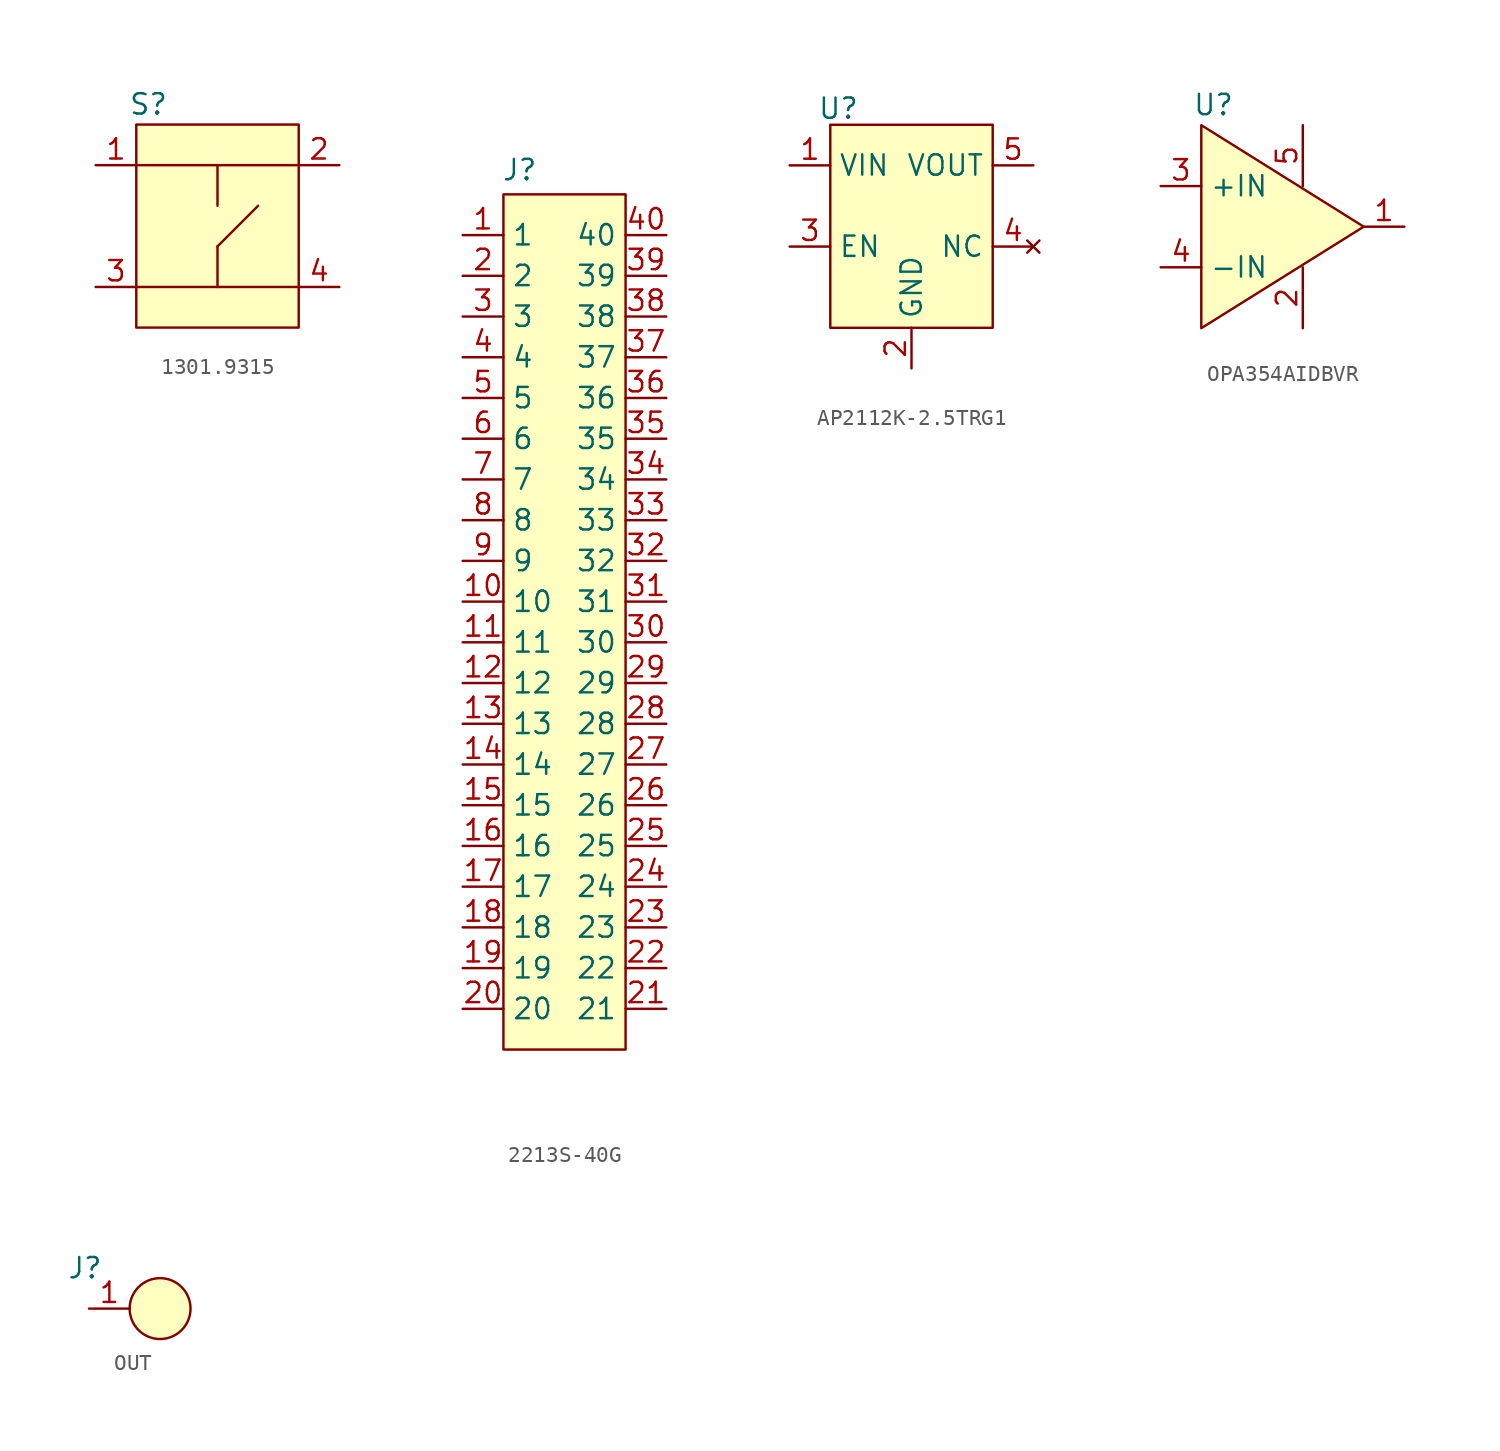
<source format=kicad_sym>
(kicad_symbol_lib
  (version 20231120)
  (generator "kicad_symbol_editor")
  (generator_version "8.0")
  (symbol "1301.9315"
    (property "Reference" "S"
      (at 3.302 3.81 0)
      (effects (font (size 1.27 1.27))))
    (property "Value" ""
      (at 0 0 0)
      (effects (font (size 1.27 1.27))))
    (symbol "1301.9315_0_1"
      (polyline (pts (xy 2.54 -7.62) (xy 12.7 -7.62)) (stroke (width 0) (type default)) (fill (type none)))
      (polyline (pts (xy 2.54 0) (xy 12.7 0)) (stroke (width 0) (type default)) (fill (type none)))
      (polyline (pts (xy 7.62 -5.08) (xy 7.62 -7.62)) (stroke (width 0) (type default)) (fill (type none)))
      (polyline (pts (xy 7.62 -5.08) (xy 10.16 -2.54)) (stroke (width 0) (type default)) (fill (type none)))
      (polyline (pts (xy 7.62 0) (xy 7.62 -2.54)) (stroke (width 0) (type default)) (fill (type none))))
    (symbol "1301.9315_1_1"
      (rectangle (start 2.54 2.54) (end 12.7 -10.16) (stroke (width 0) (type default)) (fill (type background)))
      (pin passive line (at 0 0 0) (length 2.54) (name "" (effects (font (size 1.27 1.27)))) (number "1" (effects (font (size 1.27 1.27)))))
      (pin passive line (at 15.24 0 180) (length 2.54) (name "" (effects (font (size 1.27 1.27)))) (number "2" (effects (font (size 1.27 1.27)))))
      (pin passive line (at 0 -7.62 0) (length 2.54) (name "" (effects (font (size 1.27 1.27)))) (number "3" (effects (font (size 1.27 1.27)))))
      (pin passive line (at 15.24 -7.62 180) (length 2.54) (name "" (effects (font (size 1.27 1.27)))) (number "4" (effects (font (size 1.27 1.27)))))))
  (symbol "2213S-40G"
    (property "Reference" "J"
      (at 3.556 4.064 0)
      (effects (font (size 1.27 1.27))))
    (property "Value" ""
      (at 0 0 0)
      (effects (font (size 1.27 1.27))))
    (symbol "2213S-40G_1_1"
      (rectangle (start 2.54 2.54) (end 10.16 -50.8) (stroke (width 0) (type default)) (fill (type background)))
      (pin passive line (at 0 0 0) (length 2.54) (name "1" (effects (font (size 1.27 1.27)))) (number "1" (effects (font (size 1.27 1.27)))))
      (pin passive line (at 0 -22.86 0) (length 2.54) (name "10" (effects (font (size 1.27 1.27)))) (number "10" (effects (font (size 1.27 1.27)))))
      (pin passive line (at 0 -25.4 0) (length 2.54) (name "11" (effects (font (size 1.27 1.27)))) (number "11" (effects (font (size 1.27 1.27)))))
      (pin passive line (at 0 -27.94 0) (length 2.54) (name "12" (effects (font (size 1.27 1.27)))) (number "12" (effects (font (size 1.27 1.27)))))
      (pin passive line (at 0 -30.48 0) (length 2.54) (name "13" (effects (font (size 1.27 1.27)))) (number "13" (effects (font (size 1.27 1.27)))))
      (pin passive line (at 0 -33.02 0) (length 2.54) (name "14" (effects (font (size 1.27 1.27)))) (number "14" (effects (font (size 1.27 1.27)))))
      (pin passive line (at 0 -35.56 0) (length 2.54) (name "15" (effects (font (size 1.27 1.27)))) (number "15" (effects (font (size 1.27 1.27)))))
      (pin passive line (at 0 -38.1 0) (length 2.54) (name "16" (effects (font (size 1.27 1.27)))) (number "16" (effects (font (size 1.27 1.27)))))
      (pin passive line (at 0 -40.64 0) (length 2.54) (name "17" (effects (font (size 1.27 1.27)))) (number "17" (effects (font (size 1.27 1.27)))))
      (pin passive line (at 0 -43.18 0) (length 2.54) (name "18" (effects (font (size 1.27 1.27)))) (number "18" (effects (font (size 1.27 1.27)))))
      (pin passive line (at 0 -45.72 0) (length 2.54) (name "19" (effects (font (size 1.27 1.27)))) (number "19" (effects (font (size 1.27 1.27)))))
      (pin passive line (at 0 -2.54 0) (length 2.54) (name "2" (effects (font (size 1.27 1.27)))) (number "2" (effects (font (size 1.27 1.27)))))
      (pin passive line (at 0 -48.26 0) (length 2.54) (name "20" (effects (font (size 1.27 1.27)))) (number "20" (effects (font (size 1.27 1.27)))))
      (pin passive line (at 12.7 -48.26 180) (length 2.54) (name "21" (effects (font (size 1.27 1.27)))) (number "21" (effects (font (size 1.27 1.27)))))
      (pin passive line (at 12.7 -45.72 180) (length 2.54) (name "22" (effects (font (size 1.27 1.27)))) (number "22" (effects (font (size 1.27 1.27)))))
      (pin passive line (at 12.7 -43.18 180) (length 2.54) (name "23" (effects (font (size 1.27 1.27)))) (number "23" (effects (font (size 1.27 1.27)))))
      (pin passive line (at 12.7 -40.64 180) (length 2.54) (name "24" (effects (font (size 1.27 1.27)))) (number "24" (effects (font (size 1.27 1.27)))))
      (pin passive line (at 12.7 -38.1 180) (length 2.54) (name "25" (effects (font (size 1.27 1.27)))) (number "25" (effects (font (size 1.27 1.27)))))
      (pin passive line (at 12.7 -35.56 180) (length 2.54) (name "26" (effects (font (size 1.27 1.27)))) (number "26" (effects (font (size 1.27 1.27)))))
      (pin passive line (at 12.7 -33.02 180) (length 2.54) (name "27" (effects (font (size 1.27 1.27)))) (number "27" (effects (font (size 1.27 1.27)))))
      (pin passive line (at 12.7 -30.48 180) (length 2.54) (name "28" (effects (font (size 1.27 1.27)))) (number "28" (effects (font (size 1.27 1.27)))))
      (pin passive line (at 12.7 -27.94 180) (length 2.54) (name "29" (effects (font (size 1.27 1.27)))) (number "29" (effects (font (size 1.27 1.27)))))
      (pin passive line (at 0 -5.08 0) (length 2.54) (name "3" (effects (font (size 1.27 1.27)))) (number "3" (effects (font (size 1.27 1.27)))))
      (pin passive line (at 12.7 -25.4 180) (length 2.54) (name "30" (effects (font (size 1.27 1.27)))) (number "30" (effects (font (size 1.27 1.27)))))
      (pin passive line (at 12.7 -22.86 180) (length 2.54) (name "31" (effects (font (size 1.27 1.27)))) (number "31" (effects (font (size 1.27 1.27)))))
      (pin passive line (at 12.7 -20.32 180) (length 2.54) (name "32" (effects (font (size 1.27 1.27)))) (number "32" (effects (font (size 1.27 1.27)))))
      (pin passive line (at 12.7 -17.78 180) (length 2.54) (name "33" (effects (font (size 1.27 1.27)))) (number "33" (effects (font (size 1.27 1.27)))))
      (pin passive line (at 12.7 -15.24 180) (length 2.54) (name "34" (effects (font (size 1.27 1.27)))) (number "34" (effects (font (size 1.27 1.27)))))
      (pin passive line (at 12.7 -12.7 180) (length 2.54) (name "35" (effects (font (size 1.27 1.27)))) (number "35" (effects (font (size 1.27 1.27)))))
      (pin passive line (at 12.7 -10.16 180) (length 2.54) (name "36" (effects (font (size 1.27 1.27)))) (number "36" (effects (font (size 1.27 1.27)))))
      (pin passive line (at 12.7 -7.62 180) (length 2.54) (name "37" (effects (font (size 1.27 1.27)))) (number "37" (effects (font (size 1.27 1.27)))))
      (pin passive line (at 12.7 -5.08 180) (length 2.54) (name "38" (effects (font (size 1.27 1.27)))) (number "38" (effects (font (size 1.27 1.27)))))
      (pin passive line (at 12.7 -2.54 180) (length 2.54) (name "39" (effects (font (size 1.27 1.27)))) (number "39" (effects (font (size 1.27 1.27)))))
      (pin passive line (at 0 -7.62 0) (length 2.54) (name "4" (effects (font (size 1.27 1.27)))) (number "4" (effects (font (size 1.27 1.27)))))
      (pin passive line (at 12.7 0 180) (length 2.54) (name "40" (effects (font (size 1.27 1.27)))) (number "40" (effects (font (size 1.27 1.27)))))
      (pin passive line (at 0 -10.16 0) (length 2.54) (name "5" (effects (font (size 1.27 1.27)))) (number "5" (effects (font (size 1.27 1.27)))))
      (pin passive line (at 0 -12.7 0) (length 2.54) (name "6" (effects (font (size 1.27 1.27)))) (number "6" (effects (font (size 1.27 1.27)))))
      (pin passive line (at 0 -15.24 0) (length 2.54) (name "7" (effects (font (size 1.27 1.27)))) (number "7" (effects (font (size 1.27 1.27)))))
      (pin passive line (at 0 -17.78 0) (length 2.54) (name "8" (effects (font (size 1.27 1.27)))) (number "8" (effects (font (size 1.27 1.27)))))
      (pin passive line (at 0 -20.32 0) (length 2.54) (name "9" (effects (font (size 1.27 1.27)))) (number "9" (effects (font (size 1.27 1.27)))))))
  (symbol "AP2112K-2.5TRG1"
    (property "Reference" "U"
      (at 3.048 3.556 0)
      (effects (font (size 1.27 1.27))))
    (property "Value" ""
      (at 0 0 0)
      (effects (font (size 1.27 1.27))))
    (symbol "AP2112K-2.5TRG1_1_1"
      (rectangle (start 2.54 2.54) (end 12.7 -10.16) (stroke (width 0) (type default)) (fill (type background)))
      (pin power_in line (at 0 0 0) (length 2.54) (name "VIN" (effects (font (size 1.27 1.27)))) (number "1" (effects (font (size 1.27 1.27)))))
      (pin power_in line (at 7.62 -12.7 90) (length 2.54) (name "GND" (effects (font (size 1.27 1.27)))) (number "2" (effects (font (size 1.27 1.27)))))
      (pin input line (at 0 -5.08 0) (length 2.54) (name "EN" (effects (font (size 1.27 1.27)))) (number "3" (effects (font (size 1.27 1.27)))))
      (pin no_connect line (at 15.24 -5.08 180) (length 2.54) (name "NC" (effects (font (size 1.27 1.27)))) (number "4" (effects (font (size 1.27 1.27)))))
      (pin power_out line (at 15.24 0 180) (length 2.54) (name "VOUT" (effects (font (size 1.27 1.27)))) (number "5" (effects (font (size 1.27 1.27)))))))
  (symbol "OPA354AIDBVR"
    (property "Reference" "U"
      (at 3.302 1.27 0)
      (effects (font (size 1.27 1.27))))
    (property "Value" ""
      (at 0 0 0)
      (effects (font (size 1.27 1.27))))
    (symbol "OPA354AIDBVR_1_1"
      (polyline (pts (xy 2.54 0) (xy 2.54 -12.7) (xy 12.7 -6.35) (xy 2.54 0)) (stroke (width 0) (type default)) (fill (type background)))
      (pin power_out line (at 15.24 -6.35 180) (length 2.54) (name "" (effects (font (size 1.27 1.27)))) (number "1" (effects (font (size 1.27 1.27)))))
      (pin power_in line (at 8.89 -12.7 90) (length 3.81) (name "" (effects (font (size 1.27 1.27)))) (number "2" (effects (font (size 1.27 1.27)))))
      (pin input line (at 0 -3.81 0) (length 2.54) (name "+IN" (effects (font (size 1.27 1.27)))) (number "3" (effects (font (size 1.27 1.27)))))
      (pin input line (at 0 -8.89 0) (length 2.54) (name "-IN" (effects (font (size 1.27 1.27)))) (number "4" (effects (font (size 1.27 1.27)))))
      (pin power_in line (at 8.89 0 270) (length 3.81) (name "" (effects (font (size 1.27 1.27)))) (number "5" (effects (font (size 1.27 1.27)))))))
  (symbol "OUT"
    (property "Reference" "J"
      (at -0.254 2.54 0)
      (effects (font (size 1.27 1.27))))
    (property "Value" ""
      (at 0 0 0)
      (effects (font (size 1.27 1.27))))
    (symbol "OUT_1_1"
      (circle (center 4.445 0) (radius 1.905) (stroke (width 0) (type default)) (fill (type background)))
      (pin passive line (at 0 0 0) (length 2.54) (name "" (effects (font (size 1.27 1.27)))) (number "1" (effects (font (size 1.27 1.27))))))))
</source>
